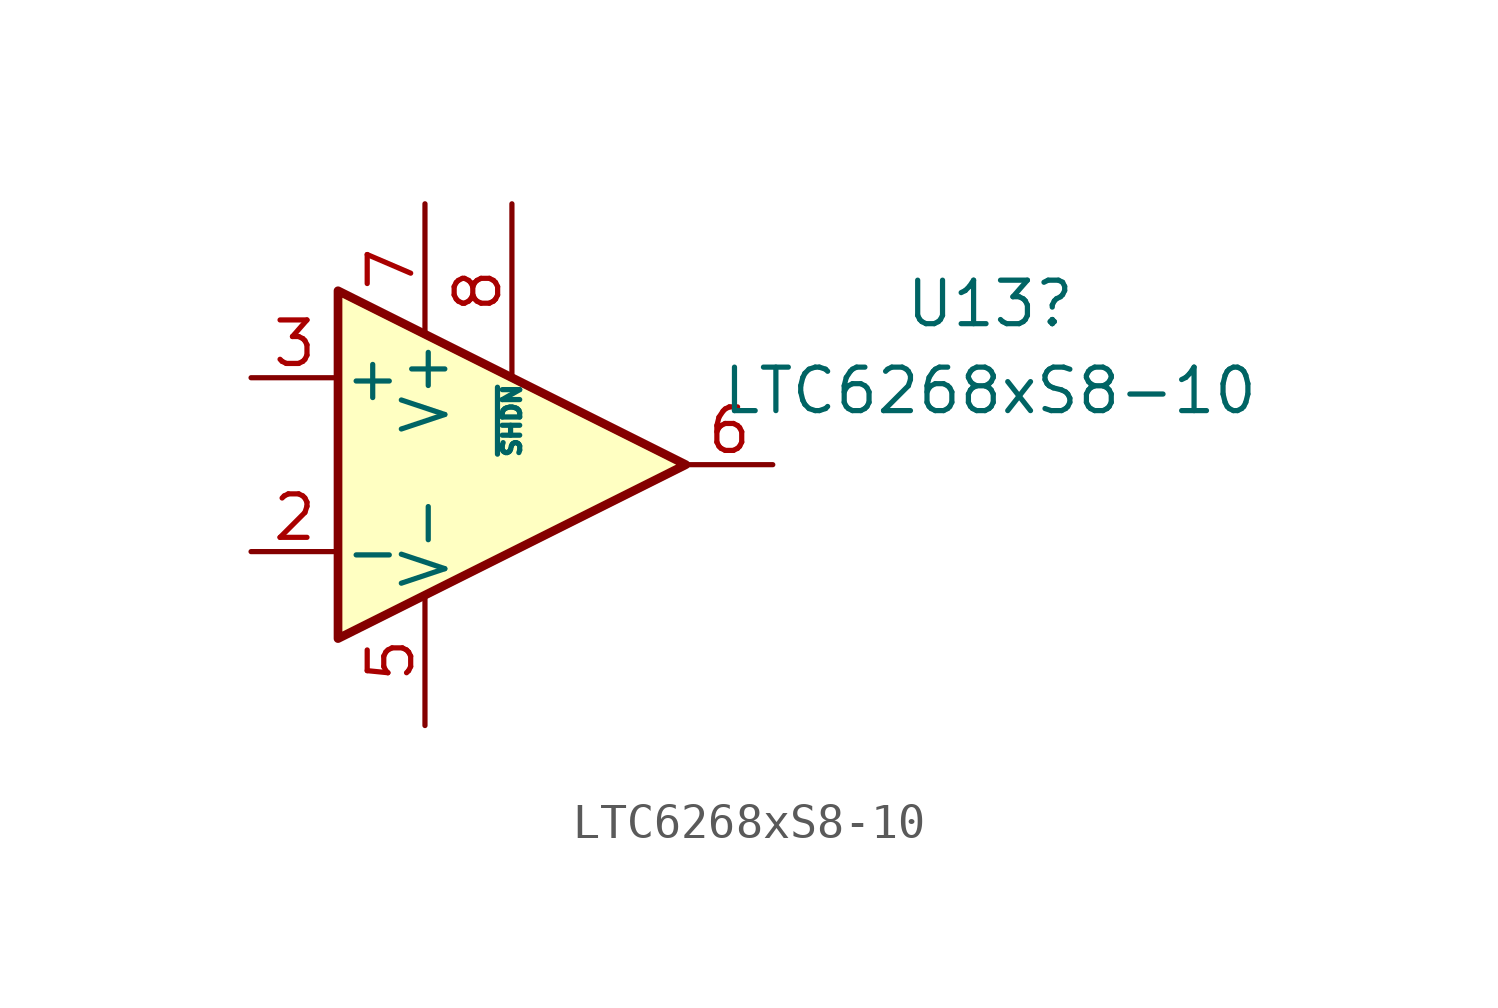
<source format=kicad_sym>
(kicad_symbol_lib
  (version 20211014)
  (generator kicad_symbol_editor)
  (symbol "LTC6268xS8-10"
    (pin_names
      (offset 0.127))
    (property "Reference" "U13"
      (at 13.97 4.699 0)
      (effects (font (size 1.27 1.27))))
    (property "Value" "LTC6268xS8-10"
      (at 13.97 2.159 0)
      (effects (font (size 1.27 1.27))))
    (symbol "LTC6268xS8-10_1_1"
      (polyline (pts (xy -5.08 5.08) (xy -5.08 -5.08) (xy 5.08 0) (xy -5.08 5.08)) (stroke (width 0.254) (type default) (color 0 0 0 0)) (fill (type background)))
      (pin input line (at -7.62 -2.54 0) (length 2.54) (name "-" (effects (font (size 1.27 1.27)))) (number "2" (effects (font (size 1.27 1.27)))))
      (pin input line (at -7.62 2.54 0) (length 2.54) (name "+" (effects (font (size 1.27 1.27)))) (number "3" (effects (font (size 1.27 1.27)))))
      (pin power_in line (at -2.54 -7.62 90) (length 3.81) (name "V-" (effects (font (size 1.27 1.27)))) (number "5" (effects (font (size 1.27 1.27)))))
      (pin output line (at 7.62 0 180) (length 2.54) (name "~" (effects (font (size 1.27 1.27)))) (number "6" (effects (font (size 1.27 1.27)))))
      (pin power_in line (at -2.54 7.62 270) (length 3.81) (name "V+" (effects (font (size 1.27 1.27)))) (number "7" (effects (font (size 1.27 1.27)))))
      (pin input line (at 0 7.62 270) (length 5.08) (name "~{SHDN}" (effects (font (size 0.508 0.508)))) (number "8" (effects (font (size 1.27 1.27))))))))
</source>
